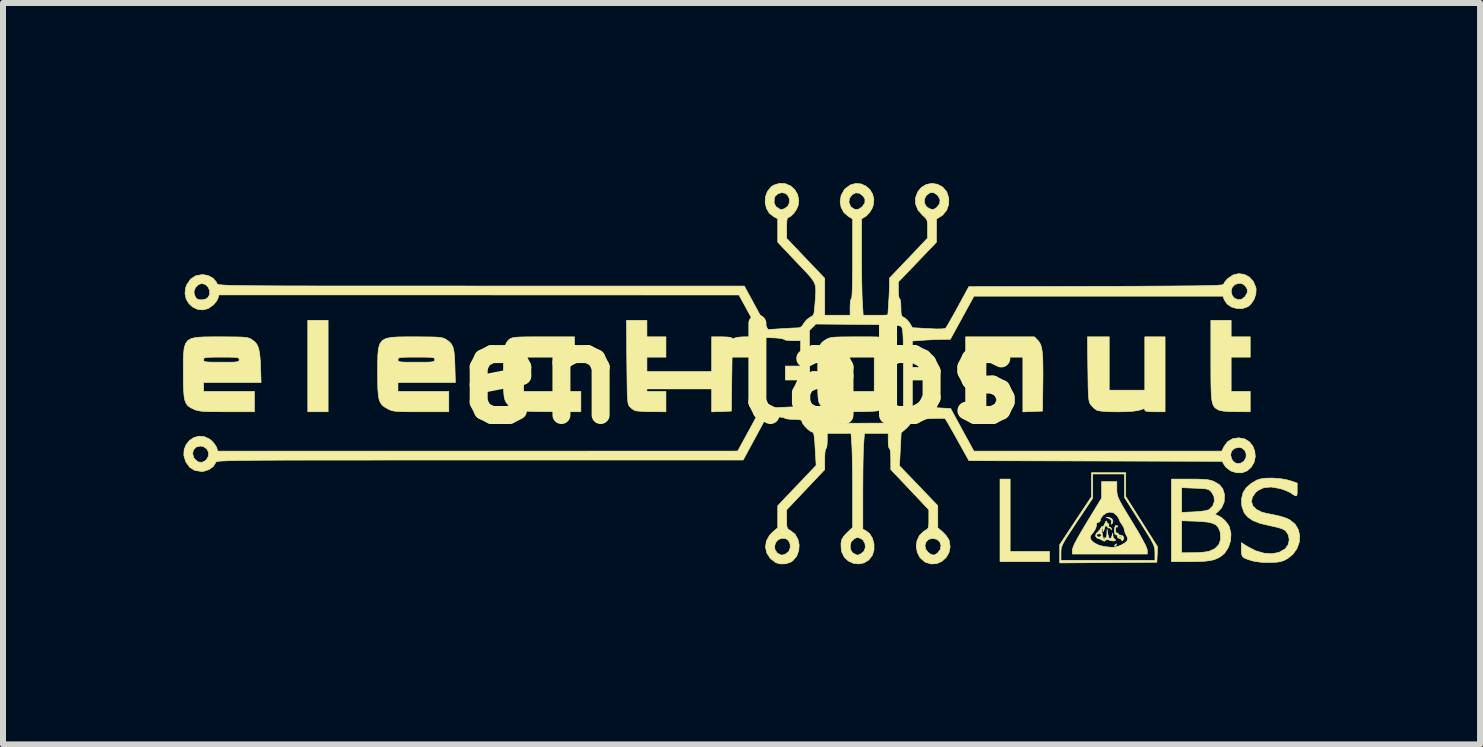
<source format=kicad_pcb>
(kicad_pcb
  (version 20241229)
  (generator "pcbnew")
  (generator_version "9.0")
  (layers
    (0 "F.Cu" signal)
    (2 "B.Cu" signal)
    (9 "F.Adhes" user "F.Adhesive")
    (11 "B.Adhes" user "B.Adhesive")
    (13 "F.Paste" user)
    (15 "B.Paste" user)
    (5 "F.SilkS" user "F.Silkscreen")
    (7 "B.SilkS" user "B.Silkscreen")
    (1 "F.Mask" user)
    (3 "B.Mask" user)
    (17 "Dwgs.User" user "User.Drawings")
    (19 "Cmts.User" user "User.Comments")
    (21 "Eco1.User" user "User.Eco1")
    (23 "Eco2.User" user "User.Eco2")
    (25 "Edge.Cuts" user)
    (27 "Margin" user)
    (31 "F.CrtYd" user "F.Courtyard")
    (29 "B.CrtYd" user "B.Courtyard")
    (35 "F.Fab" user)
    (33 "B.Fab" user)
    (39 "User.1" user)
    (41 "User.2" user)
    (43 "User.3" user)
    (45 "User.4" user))
  (footprint "en-labs"
    (layer "F.Cu")
    (at 9.318 3.177)
    (property "Reference" "en-labs" (at 0 0 0) (layer "F.SilkS") (effects (font (size 1.524 1.524) (thickness 0.3))))
    (attr through_hole)
    (fp_poly (pts (xy -6.9 0.635) (xy -7.239 0.635) (xy -7.239 -0.889) (xy -6.9 -0.889) (xy -6.9 0.635)) (stroke (width 0.01) (type solid)) (fill yes) (layer "F.SilkS"))
    (fp_poly (pts (xy 4.466 2.963) (xy 5.122 2.963) (xy 5.122 3.133) (xy 4.297 3.133) (xy 4.297 1.757) (xy 4.466 1.757) (xy 4.466 2.963)) (stroke (width 0.01) (type solid)) (fill yes) (layer "F.SilkS"))
    (fp_poly (pts (xy 6.238 2.85) (xy 6.234 2.857) (xy 6.214 2.878) (xy 6.21 2.879) (xy 6.208 2.865) (xy 6.212 2.857) (xy 6.232 2.837) (xy 6.236 2.836) (xy 6.238 2.85)) (stroke (width 0.01) (type solid)) (fill yes) (layer "F.SilkS"))
    (fp_poly (pts (xy 6.117 2.397) (xy 6.161 2.417) (xy 6.18 2.456) (xy 6.167 2.498) (xy 6.163 2.503) (xy 6.149 2.508) (xy 6.153 2.48) (xy 6.15 2.44) (xy 6.114 2.413) (xy 6.064 2.392) (xy 6.117 2.397)) (stroke (width 0.01) (type solid)) (fill yes) (layer "F.SilkS"))
    (fp_poly (pts (xy 4.921 -0.563) (xy 4.95 -0.529) (xy 4.973 -0.487) (xy 4.99 -0.433) (xy 5.001 -0.362) (xy 5.009 -0.268) (xy 5.012 -0.145) (xy 5.013 0.01) (xy 5.012 0.141) (xy 5.006 0.624) (xy 4.678 0.637) (xy 4.678 -0.275) (xy 4.064 -0.275) (xy 4.064 0.635) (xy 3.725 0.635) (xy 3.725 -0.614) (xy 4.87 -0.614) (xy 4.921 -0.563)) (stroke (width 0.01) (type solid)) (fill yes) (layer "F.SilkS"))
    (fp_poly (pts (xy -0.251 -0.611) (xy -0.193 -0.604) (xy -0.169 -0.593) (xy -0.169 -0.592) (xy -0.156 -0.581) (xy -0.128 -0.592) (xy -0.086 -0.604) (xy -0.017 -0.612) (xy 0.041 -0.614) (xy 0.169 -0.614) (xy 0.169 -0.275) (xy -0.168 -0.275) (xy -0.174 0.175) (xy -0.18 0.624) (xy -0.344 0.631) (xy -0.508 0.637) (xy -0.508 -0.614) (xy -0.339 -0.614) (xy -0.251 -0.611)) (stroke (width 0.01) (type solid)) (fill yes) (layer "F.SilkS"))
    (fp_poly (pts (xy 8.149 -0.614) (xy 8.467 -0.614) (xy 8.467 -0.275) (xy 8.149 -0.275) (xy 8.149 0.296) (xy 8.467 0.296) (xy 8.467 0.635) (xy 8.229 0.634) (xy 8.101 0.631) (xy 8.011 0.623) (xy 7.951 0.61) (xy 7.932 0.602) (xy 7.9 0.583) (xy 7.874 0.562) (xy 7.854 0.533) (xy 7.839 0.494) (xy 7.827 0.438) (xy 7.819 0.363) (xy 7.815 0.262) (xy 7.812 0.133) (xy 7.811 -0.031) (xy 7.811 -0.221) (xy 7.811 -0.889) (xy 8.149 -0.889) (xy 8.149 -0.614)) (stroke (width 0.01) (type solid)) (fill yes) (layer "F.SilkS"))
    (fp_poly (pts (xy -1.587 -0.614) (xy -1.27 -0.614) (xy -1.27 -0.275) (xy -1.587 -0.275) (xy -1.587 0.296) (xy -1.27 0.296) (xy -1.27 0.635) (xy -1.508 0.634) (xy -1.608 0.632) (xy -1.696 0.627) (xy -1.76 0.621) (xy -1.789 0.615) (xy -1.834 0.586) (xy -1.873 0.551) (xy -1.885 0.536) (xy -1.894 0.517) (xy -1.902 0.49) (xy -1.907 0.449) (xy -1.912 0.391) (xy -1.915 0.311) (xy -1.917 0.204) (xy -1.919 0.065) (xy -1.921 -0.109) (xy -1.922 -0.193) (xy -1.928 -0.889) (xy -1.587 -0.889) (xy -1.587 -0.614)) (stroke (width 0.01) (type solid)) (fill yes) (layer "F.SilkS"))
    (fp_poly (pts (xy 6.117 0.275) (xy 6.71 0.275) (xy 6.71 -0.614) (xy 7.048 -0.614) (xy 7.048 0.635) (xy 6.879 0.635) (xy 6.792 0.633) (xy 6.739 0.628) (xy 6.714 0.617) (xy 6.71 0.604) (xy 6.705 0.586) (xy 6.683 0.587) (xy 6.636 0.604) (xy 6.583 0.617) (xy 6.5 0.627) (xy 6.396 0.633) (xy 6.281 0.636) (xy 6.166 0.635) (xy 6.06 0.631) (xy 5.974 0.623) (xy 5.917 0.612) (xy 5.908 0.608) (xy 5.859 0.572) (xy 5.813 0.523) (xy 5.812 0.522) (xy 5.799 0.502) (xy 5.788 0.478) (xy 5.78 0.445) (xy 5.774 0.398) (xy 5.77 0.332) (xy 5.766 0.24) (xy 5.764 0.118) (xy 5.762 -0.04) (xy 5.761 -0.076) (xy 5.755 -0.614) (xy 6.117 -0.614) (xy 6.117 0.275)) (stroke (width 0.01) (type solid)) (fill yes) (layer "F.SilkS"))
    (fp_poly (pts (xy -2.794 -0.275) (xy -3.641 -0.275) (xy -3.641 0.296) (xy -2.688 0.296) (xy -2.688 0.635) (xy -3.191 0.633) (xy -3.336 0.632) (xy -3.469 0.63) (xy -3.584 0.626) (xy -3.673 0.622) (xy -3.732 0.618) (xy -3.748 0.615) (xy -3.852 0.565) (xy -3.927 0.489) (xy -3.946 0.456) (xy -3.959 0.42) (xy -3.968 0.371) (xy -3.974 0.303) (xy -3.978 0.208) (xy -3.979 0.08) (xy -3.979 0.007) (xy -3.978 -0.158) (xy -3.973 -0.287) (xy -3.965 -0.384) (xy -3.951 -0.457) (xy -3.932 -0.51) (xy -3.905 -0.548) (xy -3.881 -0.571) (xy -3.861 -0.584) (xy -3.838 -0.594) (xy -3.806 -0.602) (xy -3.76 -0.607) (xy -3.693 -0.611) (xy -3.601 -0.613) (xy -3.477 -0.614) (xy -3.317 -0.614) (xy -2.794 -0.614) (xy -2.794 -0.275)) (stroke (width 0.01) (type solid)) (fill yes) (layer "F.SilkS"))
    (fp_poly (pts (xy 6.248 2.532) (xy 6.257 2.543) (xy 6.259 2.558) (xy 6.247 2.553) (xy 6.229 2.557) (xy 6.223 2.602) (xy 6.223 2.603) (xy 6.229 2.647) (xy 6.243 2.657) (xy 6.244 2.656) (xy 6.264 2.658) (xy 6.265 2.666) (xy 6.282 2.687) (xy 6.292 2.688) (xy 6.342 2.702) (xy 6.362 2.734) (xy 6.353 2.765) (xy 6.335 2.787) (xy 6.329 2.781) (xy 6.311 2.757) (xy 6.284 2.745) (xy 6.255 2.727) (xy 6.255 2.725) (xy 6.275 2.725) (xy 6.295 2.729) (xy 6.323 2.725) (xy 6.323 2.718) (xy 6.295 2.713) (xy 6.283 2.716) (xy 6.275 2.725) (xy 6.255 2.725) (xy 6.254 2.711) (xy 6.25 2.691) (xy 6.235 2.688) (xy 6.211 2.673) (xy 6.202 2.625) (xy 6.202 2.615) (xy 6.209 2.558) (xy 6.226 2.529) (xy 6.248 2.532)) (stroke (width 0.01) (type solid)) (fill yes) (layer "F.SilkS"))
    (fp_poly (pts (xy 6.392 2.046) (xy 6.923 2.886) (xy 6.917 3.015) (xy 6.911 3.143) (xy 5.292 3.154) (xy 5.292 2.99) (xy 5.313 2.99) (xy 5.313 3.111) (xy 6.879 3.111) (xy 6.879 2.989) (xy 6.878 2.948) (xy 6.875 2.912) (xy 6.865 2.874) (xy 6.846 2.83) (xy 6.816 2.773) (xy 6.771 2.698) (xy 6.709 2.598) (xy 6.628 2.469) (xy 6.625 2.465) (xy 6.372 2.064) (xy 6.371 1.868) (xy 6.371 1.672) (xy 5.842 1.672) (xy 5.842 2.075) (xy 5.577 2.471) (xy 5.492 2.6) (xy 5.427 2.698) (xy 5.38 2.773) (xy 5.349 2.829) (xy 5.329 2.873) (xy 5.318 2.91) (xy 5.314 2.945) (xy 5.313 2.984) (xy 5.313 2.99) (xy 5.292 2.99) (xy 5.292 2.85) (xy 5.556 2.451) (xy 5.821 2.052) (xy 5.821 1.651) (xy 6.392 1.651) (xy 6.392 2.046)) (stroke (width 0.01) (type solid)) (fill yes) (layer "F.SilkS"))
    (fp_poly (pts (xy 2.251 -0.612) (xy 2.355 -0.602) (xy 2.43 -0.581) (xy 2.482 -0.543) (xy 2.514 -0.485) (xy 2.532 -0.402) (xy 2.539 -0.289) (xy 2.54 -0.141) (xy 2.54 -0.004) (xy 2.54 0.141) (xy 2.538 0.25) (xy 2.535 0.329) (xy 2.53 0.386) (xy 2.522 0.427) (xy 2.511 0.457) (xy 2.497 0.483) (xy 2.463 0.53) (xy 2.423 0.567) (xy 2.371 0.594) (xy 2.301 0.613) (xy 2.208 0.625) (xy 2.086 0.631) (xy 1.929 0.634) (xy 1.863 0.634) (xy 1.694 0.633) (xy 1.564 0.629) (xy 1.473 0.623) (xy 1.416 0.614) (xy 1.399 0.608) (xy 1.35 0.572) (xy 1.304 0.523) (xy 1.304 0.522) (xy 1.289 0.5) (xy 1.278 0.474) (xy 1.27 0.439) (xy 1.265 0.388) (xy 1.261 0.316) (xy 1.26 0.216) (xy 1.259 0.082) (xy 1.259 0.024) (xy 1.26 -0.136) (xy 1.262 -0.261) (xy 1.263 -0.275) (xy 1.609 -0.275) (xy 1.609 0.296) (xy 2.201 0.296) (xy 2.201 -0.275) (xy 1.609 -0.275) (xy 1.263 -0.275) (xy 1.268 -0.354) (xy 1.279 -0.423) (xy 1.296 -0.473) (xy 1.321 -0.51) (xy 1.355 -0.541) (xy 1.4 -0.57) (xy 1.403 -0.572) (xy 1.429 -0.586) (xy 1.459 -0.596) (xy 1.499 -0.604) (xy 1.555 -0.609) (xy 1.634 -0.612) (xy 1.741 -0.613) (xy 1.882 -0.614) (xy 1.942 -0.614) (xy 2.115 -0.614) (xy 2.251 -0.612)) (stroke (width 0.01) (type solid)) (fill yes) (layer "F.SilkS"))
    (fp_poly (pts (xy 6.244 1.925) (xy 6.245 1.967) (xy 6.249 2.004) (xy 6.258 2.041) (xy 6.276 2.086) (xy 6.305 2.143) (xy 6.347 2.218) (xy 6.406 2.317) (xy 6.484 2.445) (xy 6.498 2.468) (xy 6.598 2.633) (xy 6.672 2.765) (xy 6.723 2.862) (xy 6.748 2.925) (xy 6.752 2.945) (xy 6.752 3.006) (xy 5.503 3.006) (xy 5.503 2.939) (xy 5.512 2.901) (xy 5.537 2.84) (xy 5.582 2.754) (xy 5.595 2.731) (xy 5.8 2.731) (xy 5.819 2.778) (xy 5.872 2.823) (xy 5.948 2.86) (xy 6.039 2.882) (xy 6.064 2.885) (xy 6.128 2.891) (xy 6.177 2.896) (xy 6.183 2.896) (xy 6.222 2.89) (xy 6.281 2.871) (xy 6.313 2.858) (xy 6.387 2.816) (xy 6.422 2.774) (xy 6.419 2.725) (xy 6.403 2.697) (xy 6.379 2.645) (xy 6.371 2.607) (xy 6.359 2.562) (xy 6.329 2.513) (xy 6.299 2.47) (xy 6.287 2.44) (xy 6.287 2.439) (xy 6.274 2.41) (xy 6.245 2.366) (xy 6.243 2.363) (xy 6.189 2.318) (xy 6.128 2.307) (xy 6.065 2.324) (xy 6.009 2.365) (xy 5.974 2.419) (xy 5.969 2.448) (xy 5.952 2.473) (xy 5.937 2.477) (xy 5.911 2.485) (xy 5.909 2.492) (xy 5.904 2.539) (xy 5.882 2.598) (xy 5.849 2.649) (xy 5.84 2.658) (xy 5.809 2.699) (xy 5.8 2.731) (xy 5.595 2.731) (xy 5.647 2.64) (xy 5.734 2.494) (xy 5.747 2.473) (xy 5.99 2.073) (xy 5.99 1.799) (xy 6.244 1.799) (xy 6.244 1.925)) (stroke (width 0.01) (type solid)) (fill yes) (layer "F.SilkS"))
    (fp_poly (pts (xy 7.467 1.757) (xy 7.596 1.758) (xy 7.692 1.762) (xy 7.762 1.768) (xy 7.814 1.779) (xy 7.857 1.794) (xy 7.863 1.797) (xy 7.953 1.85) (xy 8.008 1.915) (xy 8.035 2.001) (xy 8.038 2.02) (xy 8.033 2.137) (xy 7.991 2.234) (xy 7.935 2.296) (xy 7.896 2.329) (xy 7.888 2.346) (xy 7.908 2.357) (xy 7.922 2.361) (xy 7.988 2.397) (xy 8.055 2.458) (xy 8.108 2.53) (xy 8.12 2.555) (xy 8.146 2.665) (xy 8.14 2.782) (xy 8.104 2.894) (xy 8.042 2.99) (xy 7.982 3.042) (xy 7.924 3.076) (xy 7.862 3.101) (xy 7.788 3.117) (xy 7.694 3.127) (xy 7.572 3.132) (xy 7.456 3.133) (xy 7.154 3.133) (xy 7.154 2.985) (xy 7.324 2.985) (xy 7.509 2.984) (xy 7.605 2.982) (xy 7.697 2.974) (xy 7.766 2.964) (xy 7.779 2.961) (xy 7.879 2.916) (xy 7.945 2.847) (xy 7.975 2.757) (xy 7.968 2.65) (xy 7.961 2.623) (xy 7.936 2.565) (xy 7.898 2.522) (xy 7.84 2.493) (xy 7.756 2.474) (xy 7.64 2.463) (xy 7.562 2.459) (xy 7.324 2.451) (xy 7.324 2.985) (xy 7.154 2.985) (xy 7.154 2.312) (xy 7.324 2.312) (xy 7.53 2.303) (xy 7.641 2.295) (xy 7.726 2.283) (xy 7.778 2.267) (xy 7.783 2.265) (xy 7.843 2.204) (xy 7.87 2.126) (xy 7.862 2.044) (xy 7.823 1.976) (xy 7.799 1.949) (xy 7.772 1.932) (xy 7.734 1.921) (xy 7.676 1.915) (xy 7.588 1.91) (xy 7.548 1.909) (xy 7.324 1.9) (xy 7.324 2.312) (xy 7.154 2.312) (xy 7.154 1.757) (xy 7.467 1.757)) (stroke (width 0.01) (type solid)) (fill yes) (layer "F.SilkS"))
    (fp_poly (pts (xy -8.7 -0.614) (xy -8.548 -0.613) (xy -8.432 -0.612) (xy -8.346 -0.61) (xy -8.284 -0.605) (xy -8.24 -0.598) (xy -8.208 -0.589) (xy -8.182 -0.576) (xy -8.177 -0.572) (xy -8.124 -0.533) (xy -8.085 -0.486) (xy -8.058 -0.422) (xy -8.041 -0.335) (xy -8.03 -0.218) (xy -8.026 -0.122) (xy -8.017 0.148) (xy -8.975 0.148) (xy -8.975 0.296) (xy -8.128 0.296) (xy -8.128 0.635) (xy -8.588 0.635) (xy -8.743 0.634) (xy -8.862 0.633) (xy -8.951 0.63) (xy -9.017 0.625) (xy -9.066 0.617) (xy -9.104 0.607) (xy -9.138 0.593) (xy -9.138 0.593) (xy -9.193 0.566) (xy -9.235 0.536) (xy -9.266 0.497) (xy -9.288 0.443) (xy -9.301 0.37) (xy -9.309 0.271) (xy -9.313 0.14) (xy -9.313 -0.006) (xy -9.313 -0.182) (xy -9.312 -0.233) (xy -8.975 -0.233) (xy -8.972 -0.216) (xy -8.962 -0.204) (xy -8.935 -0.197) (xy -8.887 -0.193) (xy -8.811 -0.191) (xy -8.7 -0.191) (xy -8.678 -0.191) (xy -8.561 -0.191) (xy -8.48 -0.192) (xy -8.428 -0.196) (xy -8.398 -0.203) (xy -8.385 -0.214) (xy -8.382 -0.23) (xy -8.382 -0.233) (xy -8.384 -0.25) (xy -8.395 -0.261) (xy -8.421 -0.269) (xy -8.469 -0.273) (xy -8.545 -0.275) (xy -8.656 -0.275) (xy -8.678 -0.275) (xy -8.796 -0.275) (xy -8.877 -0.273) (xy -8.929 -0.27) (xy -8.958 -0.263) (xy -8.971 -0.252) (xy -8.975 -0.236) (xy -8.975 -0.233) (xy -9.312 -0.233) (xy -9.31 -0.32) (xy -9.299 -0.425) (xy -9.276 -0.501) (xy -9.236 -0.554) (xy -9.176 -0.587) (xy -9.089 -0.605) (xy -8.972 -0.612) (xy -8.82 -0.614) (xy -8.7 -0.614)) (stroke (width 0.01) (type solid)) (fill yes) (layer "F.SilkS"))
    (fp_poly (pts (xy -5.462 -0.614) (xy -5.309 -0.613) (xy -5.193 -0.612) (xy -5.108 -0.61) (xy -5.046 -0.605) (xy -5.002 -0.598) (xy -4.97 -0.589) (xy -4.944 -0.576) (xy -4.938 -0.572) (xy -4.885 -0.536) (xy -4.847 -0.496) (xy -4.82 -0.444) (xy -4.803 -0.374) (xy -4.793 -0.278) (xy -4.787 -0.147) (xy -4.787 -0.134) (xy -4.779 0.148) (xy -5.736 0.148) (xy -5.736 0.296) (xy -4.889 0.296) (xy -4.889 0.635) (xy -5.352 0.635) (xy -5.504 0.635) (xy -5.62 0.634) (xy -5.707 0.631) (xy -5.771 0.627) (xy -5.817 0.621) (xy -5.853 0.611) (xy -5.885 0.598) (xy -5.907 0.586) (xy -5.961 0.555) (xy -6.001 0.522) (xy -6.031 0.48) (xy -6.052 0.424) (xy -6.064 0.347) (xy -6.072 0.243) (xy -6.074 0.108) (xy -6.075 -0.006) (xy -6.075 -0.181) (xy -6.073 -0.233) (xy -5.736 -0.233) (xy -5.734 -0.216) (xy -5.723 -0.205) (xy -5.698 -0.197) (xy -5.651 -0.193) (xy -5.576 -0.191) (xy -5.467 -0.191) (xy -5.429 -0.191) (xy -5.31 -0.191) (xy -5.226 -0.192) (xy -5.172 -0.196) (xy -5.141 -0.202) (xy -5.126 -0.213) (xy -5.122 -0.228) (xy -5.122 -0.233) (xy -5.124 -0.249) (xy -5.135 -0.261) (xy -5.161 -0.268) (xy -5.208 -0.273) (xy -5.282 -0.275) (xy -5.391 -0.275) (xy -5.429 -0.275) (xy -5.549 -0.275) (xy -5.633 -0.273) (xy -5.687 -0.27) (xy -5.718 -0.263) (xy -5.732 -0.253) (xy -5.736 -0.238) (xy -5.736 -0.233) (xy -6.073 -0.233) (xy -6.071 -0.319) (xy -6.06 -0.424) (xy -6.036 -0.501) (xy -5.995 -0.553) (xy -5.933 -0.587) (xy -5.845 -0.605) (xy -5.726 -0.612) (xy -5.572 -0.614) (xy -5.462 -0.614)) (stroke (width 0.01) (type solid)) (fill yes) (layer "F.SilkS"))
    (fp_poly (pts (xy 8.961 1.749) (xy 9.078 1.769) (xy 9.149 1.789) (xy 9.25 1.824) (xy 9.25 1.94) (xy 9.249 2.006) (xy 9.24 2.036) (xy 9.215 2.034) (xy 9.166 2.004) (xy 9.142 1.987) (xy 9.092 1.961) (xy 9.019 1.932) (xy 8.96 1.914) (xy 8.817 1.889) (xy 8.697 1.899) (xy 8.598 1.945) (xy 8.558 1.979) (xy 8.503 2.056) (xy 8.488 2.131) (xy 8.51 2.202) (xy 8.568 2.262) (xy 8.66 2.308) (xy 8.733 2.327) (xy 8.859 2.352) (xy 8.953 2.373) (xy 9.022 2.393) (xy 9.076 2.412) (xy 9.123 2.435) (xy 9.131 2.44) (xy 9.216 2.51) (xy 9.269 2.6) (xy 9.292 2.703) (xy 9.284 2.81) (xy 9.246 2.915) (xy 9.179 3.009) (xy 9.093 3.079) (xy 9.037 3.11) (xy 8.983 3.13) (xy 8.919 3.141) (xy 8.83 3.146) (xy 8.809 3.147) (xy 8.667 3.145) (xy 8.548 3.13) (xy 8.513 3.122) (xy 8.423 3.095) (xy 8.366 3.071) (xy 8.335 3.042) (xy 8.321 3) (xy 8.319 2.939) (xy 8.319 2.931) (xy 8.319 2.816) (xy 8.419 2.88) (xy 8.559 2.952) (xy 8.697 2.992) (xy 8.829 3.001) (xy 8.947 2.978) (xy 9.045 2.922) (xy 9.054 2.915) (xy 9.101 2.847) (xy 9.117 2.768) (xy 9.103 2.689) (xy 9.061 2.624) (xy 9.022 2.596) (xy 8.973 2.577) (xy 8.897 2.556) (xy 8.807 2.536) (xy 8.783 2.531) (xy 8.627 2.494) (xy 8.509 2.447) (xy 8.423 2.387) (xy 8.366 2.317) (xy 8.327 2.207) (xy 8.322 2.088) (xy 8.348 1.982) (xy 8.399 1.903) (xy 8.48 1.831) (xy 8.576 1.775) (xy 8.628 1.756) (xy 8.72 1.742) (xy 8.836 1.74) (xy 8.961 1.749)) (stroke (width 0.01) (type solid)) (fill yes) (layer "F.SilkS"))
    (fp_poly (pts (xy 6.073 2.461) (xy 6.086 2.492) (xy 6.098 2.498) (xy 6.112 2.513) (xy 6.11 2.529) (xy 6.11 2.554) (xy 6.121 2.556) (xy 6.146 2.568) (xy 6.153 2.582) (xy 6.158 2.603) (xy 6.145 2.589) (xy 6.14 2.582) (xy 6.122 2.565) (xy 6.117 2.572) (xy 6.106 2.574) (xy 6.086 2.553) (xy 6.065 2.531) (xy 6.052 2.538) (xy 6.037 2.58) (xy 6.036 2.585) (xy 6.022 2.627) (xy 6.016 2.631) (xy 6.013 2.605) (xy 6.008 2.571) (xy 5.999 2.566) (xy 5.994 2.594) (xy 5.997 2.644) (xy 6.007 2.7) (xy 6.02 2.748) (xy 6.034 2.772) (xy 6.036 2.773) (xy 6.046 2.759) (xy 6.041 2.748) (xy 6.039 2.734) (xy 6.05 2.739) (xy 6.068 2.734) (xy 6.077 2.689) (xy 6.078 2.674) (xy 6.081 2.593) (xy 6.094 2.673) (xy 6.11 2.731) (xy 6.13 2.752) (xy 6.152 2.734) (xy 6.163 2.705) (xy 6.176 2.656) (xy 6.179 2.704) (xy 6.188 2.741) (xy 6.202 2.752) (xy 6.222 2.768) (xy 6.223 2.774) (xy 6.206 2.787) (xy 6.166 2.787) (xy 6.12 2.776) (xy 6.103 2.767) (xy 6.073 2.765) (xy 6.064 2.772) (xy 6.034 2.793) (xy 6.003 2.778) (xy 5.975 2.761) (xy 5.973 2.76) (xy 5.915 2.741) (xy 5.889 2.706) (xy 5.89 2.703) (xy 5.909 2.703) (xy 5.92 2.717) (xy 5.952 2.725) (xy 5.981 2.703) (xy 5.985 2.692) (xy 5.975 2.672) (xy 5.95 2.667) (xy 5.912 2.677) (xy 5.909 2.703) (xy 5.89 2.703) (xy 5.899 2.665) (xy 5.923 2.642) (xy 5.961 2.601) (xy 5.976 2.574) (xy 5.994 2.548) (xy 6.006 2.549) (xy 6.022 2.541) (xy 6.042 2.504) (xy 6.046 2.494) (xy 6.063 2.458) (xy 6.072 2.455) (xy 6.073 2.461)) (stroke (width 0.01) (type solid)) (fill yes) (layer "F.SilkS"))
    (fp_poly (pts (xy 0.721 -3.166) (xy 0.807 -3.129) (xy 0.877 -3.066) (xy 0.925 -2.983) (xy 0.944 -2.887) (xy 0.933 -2.801) (xy 0.906 -2.739) (xy 0.864 -2.677) (xy 0.818 -2.629) (xy 0.776 -2.604) (xy 0.769 -2.604) (xy 0.754 -2.592) (xy 0.745 -2.552) (xy 0.742 -2.479) (xy 0.741 -2.429) (xy 0.742 -2.254) (xy 1.059 -1.921) (xy 1.376 -1.589) (xy 1.376 -0.974) (xy 1.799 -0.974) (xy 1.799 -1.111) (xy 1.802 -1.183) (xy 1.81 -1.232) (xy 1.82 -1.249) (xy 1.827 -1.27) (xy 1.832 -1.332) (xy 1.836 -1.433) (xy 1.839 -1.573) (xy 1.841 -1.75) (xy 1.841 -1.913) (xy 1.841 -2.578) (xy 1.771 -2.62) (xy 1.694 -2.687) (xy 1.648 -2.776) (xy 1.636 -2.855) (xy 1.779 -2.855) (xy 1.806 -2.789) (xy 1.82 -2.773) (xy 1.88 -2.736) (xy 1.942 -2.741) (xy 2.001 -2.782) (xy 2.045 -2.846) (xy 2.047 -2.907) (xy 2.016 -2.959) (xy 1.955 -3.007) (xy 1.892 -3.013) (xy 1.834 -2.983) (xy 1.789 -2.924) (xy 1.779 -2.855) (xy 1.636 -2.855) (xy 1.633 -2.875) (xy 1.651 -2.974) (xy 1.702 -3.065) (xy 1.72 -3.085) (xy 1.805 -3.146) (xy 1.894 -3.17) (xy 1.981 -3.162) (xy 2.061 -3.127) (xy 2.127 -3.07) (xy 2.174 -2.993) (xy 2.195 -2.904) (xy 2.184 -2.805) (xy 2.162 -2.747) (xy 2.121 -2.683) (xy 2.071 -2.63) (xy 2.054 -2.618) (xy 1.99 -2.58) (xy 1.99 -1.983) (xy 1.99 -1.816) (xy 1.992 -1.65) (xy 1.994 -1.496) (xy 1.997 -1.36) (xy 2 -1.25) (xy 2.004 -1.18) (xy 2.017 -0.974) (xy 2.428 -0.974) (xy 2.441 -1.18) (xy 2.448 -1.283) (xy 2.452 -1.383) (xy 2.455 -1.465) (xy 2.455 -1.489) (xy 2.455 -1.592) (xy 2.773 -1.925) (xy 3.09 -2.259) (xy 3.09 -2.413) (xy 3.089 -2.493) (xy 3.084 -2.545) (xy 3.068 -2.58) (xy 3.037 -2.613) (xy 3.006 -2.64) (xy 2.929 -2.729) (xy 2.89 -2.828) (xy 2.889 -2.905) (xy 3.037 -2.905) (xy 3.039 -2.84) (xy 3.07 -2.784) (xy 3.117 -2.752) (xy 3.162 -2.736) (xy 3.193 -2.738) (xy 3.229 -2.761) (xy 3.247 -2.775) (xy 3.291 -2.832) (xy 3.298 -2.897) (xy 3.267 -2.961) (xy 3.234 -2.991) (xy 3.187 -3.019) (xy 3.148 -3.019) (xy 3.122 -3.01) (xy 3.065 -2.965) (xy 3.037 -2.905) (xy 2.889 -2.905) (xy 2.889 -2.931) (xy 2.926 -3.029) (xy 2.982 -3.099) (xy 3.066 -3.152) (xy 3.16 -3.171) (xy 3.255 -3.156) (xy 3.341 -3.11) (xy 3.407 -3.034) (xy 3.411 -3.026) (xy 3.444 -2.925) (xy 3.442 -2.82) (xy 3.408 -2.724) (xy 3.344 -2.645) (xy 3.309 -2.62) (xy 3.239 -2.578) (xy 3.238 -2.191) (xy 2.921 -1.859) (xy 2.603 -1.528) (xy 2.603 -1.388) (xy 2.606 -1.316) (xy 2.614 -1.266) (xy 2.625 -1.249) (xy 2.636 -1.229) (xy 2.643 -1.177) (xy 2.646 -1.104) (xy 2.647 -1.027) (xy 2.653 -0.98) (xy 2.668 -0.954) (xy 2.694 -0.937) (xy 2.699 -0.935) (xy 2.746 -0.9) (xy 2.79 -0.847) (xy 2.795 -0.838) (xy 2.838 -0.766) (xy 3.103 -0.751) (xy 3.232 -0.745) (xy 3.324 -0.746) (xy 3.378 -0.752) (xy 3.39 -0.757) (xy 3.407 -0.782) (xy 3.44 -0.837) (xy 3.486 -0.918) (xy 3.541 -1.016) (xy 3.595 -1.114) (xy 3.736 -1.373) (xy 8.149 -1.373) (xy 8.166 -1.302) (xy 8.208 -1.254) (xy 8.265 -1.233) (xy 8.327 -1.241) (xy 8.38 -1.283) (xy 8.418 -1.35) (xy 8.417 -1.409) (xy 8.386 -1.461) (xy 8.332 -1.5) (xy 8.269 -1.506) (xy 8.21 -1.484) (xy 8.166 -1.437) (xy 8.149 -1.373) (xy 3.736 -1.373) (xy 3.778 -1.45) (xy 5.9 -1.455) (xy 6.257 -1.456) (xy 6.573 -1.457) (xy 6.851 -1.459) (xy 7.094 -1.46) (xy 7.303 -1.462) (xy 7.48 -1.463) (xy 7.628 -1.465) (xy 7.748 -1.468) (xy 7.844 -1.47) (xy 7.917 -1.473) (xy 7.969 -1.477) (xy 8.002 -1.481) (xy 8.019 -1.485) (xy 8.022 -1.488) (xy 8.036 -1.518) (xy 8.072 -1.563) (xy 8.094 -1.586) (xy 8.182 -1.645) (xy 8.275 -1.667) (xy 8.367 -1.655) (xy 8.45 -1.612) (xy 8.517 -1.54) (xy 8.559 -1.442) (xy 8.565 -1.411) (xy 8.561 -1.326) (xy 8.529 -1.235) (xy 8.476 -1.157) (xy 8.427 -1.116) (xy 8.34 -1.085) (xy 8.246 -1.085) (xy 8.156 -1.111) (xy 8.082 -1.161) (xy 8.036 -1.229) (xy 8.013 -1.291) (xy 3.863 -1.291) (xy 3.666 -0.931) (xy 3.469 -0.572) (xy 3.346 -0.572) (xy 3.267 -0.57) (xy 3.164 -0.566) (xy 3.057 -0.56) (xy 3.03 -0.558) (xy 2.836 -0.544) (xy 2.836 -0.106) (xy 3.09 -0.106) (xy 3.09 0.106) (xy 2.836 0.106) (xy 2.836 0.55) (xy 2.937 0.553) (xy 3.002 0.555) (xy 3.095 0.56) (xy 3.2 0.565) (xy 3.256 0.569) (xy 3.475 0.582) (xy 3.668 0.937) (xy 3.862 1.291) (xy 7.993 1.291) (xy 8.028 1.218) (xy 8.089 1.134) (xy 8.174 1.084) (xy 8.275 1.069) (xy 8.374 1.087) (xy 8.453 1.135) (xy 8.51 1.207) (xy 8.543 1.293) (xy 8.551 1.386) (xy 8.531 1.479) (xy 8.481 1.562) (xy 8.416 1.619) (xy 8.331 1.652) (xy 8.236 1.651) (xy 8.144 1.621) (xy 8.067 1.564) (xy 8.034 1.521) (xy 7.999 1.461) (xy 3.779 1.45) (xy 3.723 1.349) (xy 8.14 1.349) (xy 8.156 1.419) (xy 8.187 1.466) (xy 8.24 1.498) (xy 8.302 1.496) (xy 8.361 1.46) (xy 8.396 1.401) (xy 8.4 1.337) (xy 8.376 1.279) (xy 8.329 1.239) (xy 8.278 1.228) (xy 8.204 1.245) (xy 8.157 1.288) (xy 8.14 1.349) (xy 3.723 1.349) (xy 3.588 1.107) (xy 3.527 0.997) (xy 3.472 0.901) (xy 3.428 0.823) (xy 3.396 0.771) (xy 3.382 0.75) (xy 3.357 0.745) (xy 3.297 0.744) (xy 3.213 0.746) (xy 3.112 0.75) (xy 3.1 0.751) (xy 2.99 0.758) (xy 2.914 0.764) (xy 2.866 0.772) (xy 2.838 0.783) (xy 2.823 0.799) (xy 2.815 0.814) (xy 2.788 0.857) (xy 2.741 0.908) (xy 2.724 0.923) (xy 2.65 0.984) (xy 2.636 1.259) (xy 2.622 1.535) (xy 2.941 1.867) (xy 3.26 2.2) (xy 3.26 2.568) (xy 3.343 2.639) (xy 3.397 2.696) (xy 3.44 2.76) (xy 3.451 2.785) (xy 3.466 2.888) (xy 3.447 2.982) (xy 3.4 3.063) (xy 3.331 3.126) (xy 3.247 3.164) (xy 3.155 3.172) (xy 3.061 3.146) (xy 3.037 3.132) (xy 2.963 3.065) (xy 2.918 2.977) (xy 2.902 2.88) (xy 2.904 2.863) (xy 3.046 2.863) (xy 3.059 2.926) (xy 3.104 2.983) (xy 3.104 2.983) (xy 3.16 3.019) (xy 3.205 3.022) (xy 3.253 2.992) (xy 3.256 2.99) (xy 3.302 2.929) (xy 3.314 2.864) (xy 3.294 2.805) (xy 3.247 2.762) (xy 3.176 2.745) (xy 3.175 2.745) (xy 3.108 2.761) (xy 3.064 2.805) (xy 3.046 2.863) (xy 2.904 2.863) (xy 2.914 2.783) (xy 2.955 2.696) (xy 3.024 2.628) (xy 3.047 2.615) (xy 3.08 2.595) (xy 3.099 2.573) (xy 3.108 2.538) (xy 3.111 2.477) (xy 3.111 2.425) (xy 3.111 2.269) (xy 2.794 1.933) (xy 2.477 1.598) (xy 2.477 1.423) (xy 2.474 1.338) (xy 2.468 1.277) (xy 2.458 1.25) (xy 2.455 1.249) (xy 2.444 1.23) (xy 2.436 1.179) (xy 2.434 1.122) (xy 2.434 0.995) (xy 2.038 0.995) (xy 2.025 1.169) (xy 2.021 1.237) (xy 2.018 1.339) (xy 2.015 1.468) (xy 2.013 1.618) (xy 2.012 1.781) (xy 2.011 1.95) (xy 2.011 1.969) (xy 2.011 2.593) (xy 2.058 2.614) (xy 2.124 2.665) (xy 2.172 2.744) (xy 2.197 2.838) (xy 2.197 2.937) (xy 2.169 3.029) (xy 2.169 3.029) (xy 2.108 3.107) (xy 2.029 3.154) (xy 1.941 3.171) (xy 1.852 3.16) (xy 1.77 3.122) (xy 1.704 3.061) (xy 1.661 2.976) (xy 1.651 2.921) (xy 1.649 2.876) (xy 1.8 2.876) (xy 1.809 2.935) (xy 1.841 2.986) (xy 1.91 3.022) (xy 1.92 3.025) (xy 1.94 3.019) (xy 1.979 3.002) (xy 2.03 2.959) (xy 2.053 2.897) (xy 2.047 2.831) (xy 2.013 2.773) (xy 1.984 2.752) (xy 1.938 2.732) (xy 1.901 2.736) (xy 1.868 2.752) (xy 1.816 2.803) (xy 1.8 2.876) (xy 1.649 2.876) (xy 1.647 2.831) (xy 1.659 2.766) (xy 1.692 2.711) (xy 1.746 2.653) (xy 1.841 2.562) (xy 1.841 1.972) (xy 1.841 1.806) (xy 1.84 1.643) (xy 1.837 1.492) (xy 1.834 1.359) (xy 1.831 1.254) (xy 1.828 1.189) (xy 1.814 0.995) (xy 1.418 0.995) (xy 1.418 1.122) (xy 1.415 1.189) (xy 1.407 1.235) (xy 1.397 1.249) (xy 1.387 1.269) (xy 1.379 1.323) (xy 1.376 1.404) (xy 1.376 1.424) (xy 1.376 1.599) (xy 0.741 2.27) (xy 0.741 2.426) (xy 0.742 2.506) (xy 0.747 2.555) (xy 0.76 2.584) (xy 0.784 2.603) (xy 0.805 2.615) (xy 0.881 2.675) (xy 0.929 2.758) (xy 0.95 2.854) (xy 0.943 2.951) (xy 0.908 3.042) (xy 0.846 3.116) (xy 0.803 3.144) (xy 0.722 3.169) (xy 0.634 3.171) (xy 0.561 3.15) (xy 0.468 3.078) (xy 0.411 2.989) (xy 0.389 2.891) (xy 0.392 2.869) (xy 0.541 2.869) (xy 0.546 2.93) (xy 0.581 2.984) (xy 0.607 3.003) (xy 0.646 3.022) (xy 0.679 3.022) (xy 0.728 3.003) (xy 0.73 3.002) (xy 0.778 2.961) (xy 0.801 2.901) (xy 0.799 2.836) (xy 0.771 2.781) (xy 0.73 2.751) (xy 0.661 2.743) (xy 0.603 2.766) (xy 0.562 2.811) (xy 0.541 2.869) (xy 0.392 2.869) (xy 0.404 2.789) (xy 0.457 2.694) (xy 0.508 2.64) (xy 0.593 2.568) (xy 0.593 2.201) (xy 0.819 1.963) (xy 0.907 1.871) (xy 0.992 1.782) (xy 1.067 1.702) (xy 1.125 1.642) (xy 1.139 1.627) (xy 1.233 1.528) (xy 1.217 1.251) (xy 1.21 1.135) (xy 1.202 1.055) (xy 1.194 1.005) (xy 1.183 0.98) (xy 1.17 0.974) (xy 1.134 0.958) (xy 1.086 0.92) (xy 1.039 0.871) (xy 1.005 0.824) (xy 0.995 0.796) (xy 0.987 0.777) (xy 0.958 0.767) (xy 0.9 0.762) (xy 0.858 0.762) (xy 0.786 0.759) (xy 0.732 0.751) (xy 0.709 0.741) (xy 0.683 0.73) (xy 0.626 0.723) (xy 0.552 0.72) (xy 0.551 0.72) (xy 0.406 0.72) (xy 0.212 1.079) (xy 0.017 1.439) (xy -4.371 1.439) (xy -4.878 1.439) (xy -5.345 1.439) (xy -5.772 1.439) (xy -6.163 1.44) (xy -6.517 1.44) (xy -6.838 1.44) (xy -7.127 1.44) (xy -7.386 1.441) (xy -7.615 1.441) (xy -7.818 1.442) (xy -7.995 1.443) (xy -8.149 1.444) (xy -8.281 1.446) (xy -8.393 1.447) (xy -8.486 1.449) (xy -8.562 1.451) (xy -8.623 1.453) (xy -8.671 1.456) (xy -8.707 1.458) (xy -8.733 1.462) (xy -8.751 1.465) (xy -8.763 1.469) (xy -8.769 1.473) (xy -8.772 1.478) (xy -8.773 1.481) (xy -8.814 1.547) (xy -8.885 1.598) (xy -8.971 1.627) (xy -9.01 1.63) (xy -9.12 1.613) (xy -9.205 1.562) (xy -9.269 1.474) (xy -9.274 1.465) (xy -9.304 1.363) (xy -9.303 1.329) (xy -9.158 1.329) (xy -9.141 1.396) (xy -9.122 1.424) (xy -9.065 1.471) (xy -9 1.478) (xy -8.938 1.445) (xy -8.932 1.439) (xy -8.895 1.377) (xy -8.892 1.312) (xy -8.921 1.255) (xy -8.975 1.216) (xy -9.028 1.206) (xy -9.097 1.223) (xy -9.142 1.268) (xy -9.158 1.329) (xy -9.303 1.329) (xy -9.3 1.268) (xy -9.267 1.184) (xy -9.212 1.115) (xy -9.139 1.066) (xy -9.055 1.042) (xy -8.967 1.048) (xy -8.879 1.088) (xy -8.837 1.122) (xy -8.791 1.175) (xy -8.759 1.226) (xy -8.754 1.241) (xy -8.741 1.291) (xy -4.408 1.291) (xy -0.074 1.29) (xy 0.312 0.582) (xy 0.532 0.569) (xy 0.638 0.563) (xy 0.743 0.558) (xy 0.829 0.554) (xy 0.863 0.553) (xy 0.974 0.55) (xy 0.974 0.106) (xy 0.72 0.106) (xy 0.72 -0.127) (xy 0.974 -0.127) (xy 0.974 -0.55) (xy 0.836 -0.55) (xy 0.766 -0.553) (xy 0.716 -0.561) (xy 0.699 -0.571) (xy 0.679 -0.58) (xy 0.627 -0.589) (xy 0.551 -0.596) (xy 0.516 -0.597) (xy 0.333 -0.603) (xy 0.269 -0.72) (xy 1.12 -0.72) (xy 1.126 0.023) (xy 1.128 0.22) (xy 1.13 0.379) (xy 1.132 0.505) (xy 1.134 0.601) (xy 1.138 0.671) (xy 1.142 0.721) (xy 1.148 0.755) (xy 1.156 0.776) (xy 1.165 0.788) (xy 1.174 0.795) (xy 1.192 0.804) (xy 1.225 0.811) (xy 1.276 0.816) (xy 1.349 0.82) (xy 1.449 0.823) (xy 1.58 0.824) (xy 1.745 0.825) (xy 1.913 0.826) (xy 2.105 0.825) (xy 2.26 0.825) (xy 2.381 0.823) (xy 2.473 0.821) (xy 2.541 0.817) (xy 2.588 0.812) (xy 2.62 0.806) (xy 2.64 0.798) (xy 2.649 0.79) (xy 2.66 0.779) (xy 2.668 0.762) (xy 2.675 0.734) (xy 2.679 0.693) (xy 2.683 0.633) (xy 2.686 0.55) (xy 2.687 0.441) (xy 2.688 0.299) (xy 2.688 0.122) (xy 2.688 0.011) (xy 2.688 -0.193) (xy 2.687 -0.359) (xy 2.685 -0.49) (xy 2.683 -0.591) (xy 2.679 -0.666) (xy 2.674 -0.719) (xy 2.667 -0.753) (xy 2.659 -0.772) (xy 2.658 -0.774) (xy 2.648 -0.785) (xy 2.633 -0.794) (xy 2.609 -0.801) (xy 2.57 -0.807) (xy 2.514 -0.811) (xy 2.434 -0.814) (xy 2.328 -0.817) (xy 2.19 -0.818) (xy 2.016 -0.82) (xy 1.928 -0.821) (xy 1.227 -0.827) (xy 1.12 -0.72) (xy 0.269 -0.72) (xy 0.14 -0.957) (xy -0.053 -1.311) (xy -4.386 -1.312) (xy -8.72 -1.312) (xy -8.733 -1.262) (xy -8.755 -1.216) (xy -8.797 -1.162) (xy -8.816 -1.143) (xy -8.901 -1.084) (xy -8.99 -1.062) (xy -9.076 -1.072) (xy -9.155 -1.109) (xy -9.22 -1.168) (xy -9.266 -1.245) (xy -9.285 -1.336) (xy -9.28 -1.378) (xy -9.134 -1.378) (xy -9.133 -1.335) (xy -9.114 -1.283) (xy -9.097 -1.254) (xy -9.056 -1.232) (xy -8.995 -1.23) (xy -8.936 -1.245) (xy -8.908 -1.263) (xy -8.874 -1.317) (xy -8.873 -1.381) (xy -8.898 -1.441) (xy -8.944 -1.486) (xy -9.005 -1.503) (xy -9.061 -1.484) (xy -9.108 -1.438) (xy -9.134 -1.378) (xy -9.28 -1.378) (xy -9.273 -1.434) (xy -9.253 -1.486) (xy -9.19 -1.577) (xy -9.106 -1.631) (xy -8.999 -1.651) (xy -8.989 -1.651) (xy -8.9 -1.635) (xy -8.821 -1.593) (xy -8.766 -1.532) (xy -8.752 -1.502) (xy -8.75 -1.497) (xy -8.746 -1.493) (xy -8.738 -1.489) (xy -8.725 -1.485) (xy -8.704 -1.482) (xy -8.674 -1.479) (xy -8.634 -1.476) (xy -8.582 -1.473) (xy -8.516 -1.471) (xy -8.434 -1.469) (xy -8.334 -1.468) (xy -8.215 -1.466) (xy -8.076 -1.465) (xy -7.914 -1.464) (xy -7.728 -1.463) (xy -7.516 -1.462) (xy -7.276 -1.462) (xy -7.007 -1.461) (xy -6.707 -1.461) (xy -6.374 -1.461) (xy -6.007 -1.461) (xy -5.604 -1.461) (xy -5.163 -1.461) (xy -4.682 -1.461) (xy -4.351 -1.46) (xy 0.036 -1.46) (xy 0.431 -0.735) (xy 0.634 -0.748) (xy 0.732 -0.754) (xy 0.822 -0.759) (xy 0.891 -0.762) (xy 0.911 -0.762) (xy 0.964 -0.768) (xy 1 -0.795) (xy 1.025 -0.835) (xy 1.069 -0.893) (xy 1.126 -0.937) (xy 1.132 -0.94) (xy 1.164 -0.957) (xy 1.185 -0.976) (xy 1.197 -1.008) (xy 1.205 -1.06) (xy 1.212 -1.144) (xy 1.214 -1.167) (xy 1.222 -1.275) (xy 1.227 -1.359) (xy 1.226 -1.425) (xy 1.216 -1.481) (xy 1.194 -1.533) (xy 1.157 -1.588) (xy 1.101 -1.654) (xy 1.023 -1.737) (xy 0.921 -1.844) (xy 0.91 -1.855) (xy 0.593 -2.191) (xy 0.593 -2.386) (xy 0.593 -2.581) (xy 0.528 -2.615) (xy 0.452 -2.675) (xy 0.404 -2.758) (xy 0.384 -2.846) (xy 0.532 -2.846) (xy 0.563 -2.783) (xy 0.632 -2.738) (xy 0.649 -2.732) (xy 0.67 -2.737) (xy 0.708 -2.751) (xy 0.762 -2.791) (xy 0.789 -2.851) (xy 0.787 -2.916) (xy 0.757 -2.976) (xy 0.719 -3.006) (xy 0.659 -3.017) (xy 0.598 -2.999) (xy 0.551 -2.958) (xy 0.537 -2.929) (xy 0.532 -2.846) (xy 0.384 -2.846) (xy 0.383 -2.854) (xy 0.389 -2.951) (xy 0.424 -3.042) (xy 0.486 -3.115) (xy 0.527 -3.142) (xy 0.625 -3.172) (xy 0.721 -3.166)) (stroke (width 0.01) (type solid)) (fill yes) (layer "F.SilkS")))
  (gr_rect
    (start -3 -3)
    (end 21.615 9.355)
    (stroke (width 0.1) (type default))
    (fill no)
    (layer "Edge.Cuts")))
</source>
